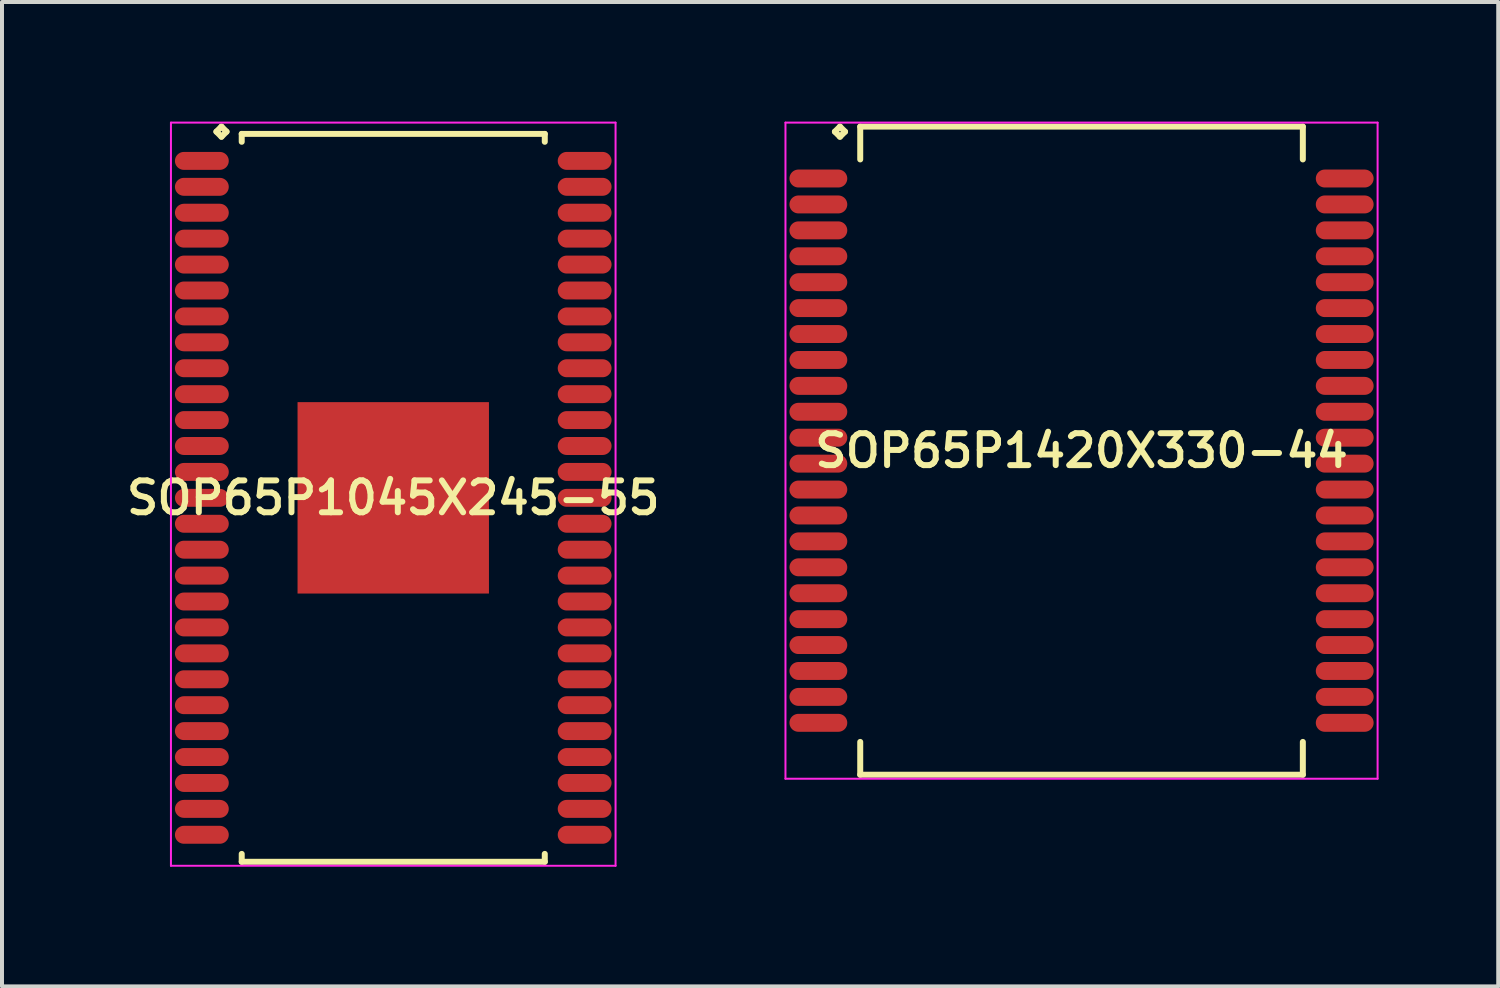
<source format=kicad_pcb>
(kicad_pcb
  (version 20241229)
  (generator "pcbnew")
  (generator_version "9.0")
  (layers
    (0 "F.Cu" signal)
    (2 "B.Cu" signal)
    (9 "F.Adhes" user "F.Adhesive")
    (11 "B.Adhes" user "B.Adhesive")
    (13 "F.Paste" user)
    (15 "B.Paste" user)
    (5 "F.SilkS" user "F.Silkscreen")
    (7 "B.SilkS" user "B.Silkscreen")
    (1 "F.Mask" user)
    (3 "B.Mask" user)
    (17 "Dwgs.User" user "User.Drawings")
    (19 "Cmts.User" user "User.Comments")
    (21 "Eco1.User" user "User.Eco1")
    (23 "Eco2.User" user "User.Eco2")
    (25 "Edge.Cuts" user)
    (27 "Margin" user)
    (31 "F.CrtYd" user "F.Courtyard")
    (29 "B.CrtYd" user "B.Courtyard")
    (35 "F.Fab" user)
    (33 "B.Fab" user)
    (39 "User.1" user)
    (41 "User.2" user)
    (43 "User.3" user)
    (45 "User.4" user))
  (footprint "SOP65P1045X245-55"
    (layer "F.Cu")
    (at 6.812 9.435)
    (property "Reference" "SOP65P1045X245-55" (at 0 0 0) (layer "F.SilkS") (effects (font (size 0.8 0.8) (thickness 0.15))))
    (attr smd)
    (fp_line (start -4.435 -9.183) (end -4.308 -9.31) (stroke (width 0.15) (type solid)) (layer "F.SilkS"))
    (fp_line (start -4.308 -9.31) (end -4.181 -9.183) (stroke (width 0.15) (type solid)) (layer "F.SilkS"))
    (fp_line (start -4.308 -9.056) (end -4.435 -9.183) (stroke (width 0.15) (type solid)) (layer "F.SilkS"))
    (fp_line (start -4.181 -9.183) (end -4.308 -9.056) (stroke (width 0.15) (type solid)) (layer "F.SilkS"))
    (fp_line (start -3.8 -9.127) (end 3.8 -9.127) (stroke (width 0.15) (type solid)) (layer "F.SilkS"))
    (fp_line (start -3.8 -8.929) (end -3.8 -9.127) (stroke (width 0.15) (type solid)) (layer "F.SilkS"))
    (fp_line (start -3.8 8.929) (end -3.8 9.127) (stroke (width 0.15) (type solid)) (layer "F.SilkS"))
    (fp_line (start -3.8 9.127) (end 3.8 9.127) (stroke (width 0.15) (type solid)) (layer "F.SilkS"))
    (fp_line (start 3.8 -9.127) (end 3.8 -8.929) (stroke (width 0.15) (type solid)) (layer "F.SilkS"))
    (fp_line (start 3.8 9.127) (end 3.8 8.929) (stroke (width 0.15) (type solid)) (layer "F.SilkS"))
    (fp_line (start -5.575 -9.41) (end 5.575 -9.41) (stroke (width 0.05) (type solid)) (layer "F.CrtYd"))
    (fp_line (start -5.575 9.227) (end -5.575 -9.41) (stroke (width 0.05) (type solid)) (layer "F.CrtYd"))
    (fp_line (start 5.575 -9.41) (end 5.575 9.227) (stroke (width 0.05) (type solid)) (layer "F.CrtYd"))
    (fp_line (start 5.575 9.227) (end -5.575 9.227) (stroke (width 0.05) (type solid)) (layer "F.CrtYd"))
    (pad "1" smd oval (at -4.8 -8.45) (size 1.35 0.45) (layers "F.Cu" "F.Mask" "F.Paste"))
    (pad "2" smd oval (at -4.8 -7.8) (size 1.35 0.45) (layers "F.Cu" "F.Mask" "F.Paste"))
    (pad "3" smd oval (at -4.8 -7.15) (size 1.35 0.45) (layers "F.Cu" "F.Mask" "F.Paste"))
    (pad "4" smd oval (at -4.8 -6.5) (size 1.35 0.45) (layers "F.Cu" "F.Mask" "F.Paste"))
    (pad "5" smd oval (at -4.8 -5.85) (size 1.35 0.45) (layers "F.Cu" "F.Mask" "F.Paste"))
    (pad "6" smd oval (at -4.8 -5.2) (size 1.35 0.45) (layers "F.Cu" "F.Mask" "F.Paste"))
    (pad "7" smd oval (at -4.8 -4.55) (size 1.35 0.45) (layers "F.Cu" "F.Mask" "F.Paste"))
    (pad "8" smd oval (at -4.8 -3.9) (size 1.35 0.45) (layers "F.Cu" "F.Mask" "F.Paste"))
    (pad "9" smd oval (at -4.8 -3.25) (size 1.35 0.45) (layers "F.Cu" "F.Mask" "F.Paste"))
    (pad "10" smd oval (at -4.8 -2.6) (size 1.35 0.45) (layers "F.Cu" "F.Mask" "F.Paste"))
    (pad "11" smd oval (at -4.8 -1.95) (size 1.35 0.45) (layers "F.Cu" "F.Mask" "F.Paste"))
    (pad "12" smd oval (at -4.8 -1.3) (size 1.35 0.45) (layers "F.Cu" "F.Mask" "F.Paste"))
    (pad "13" smd oval (at -4.8 -0.65) (size 1.35 0.45) (layers "F.Cu" "F.Mask" "F.Paste"))
    (pad "14" smd oval (at -4.8 0) (size 1.35 0.45) (layers "F.Cu" "F.Mask" "F.Paste"))
    (pad "15" smd oval (at -4.8 0.65) (size 1.35 0.45) (layers "F.Cu" "F.Mask" "F.Paste"))
    (pad "16" smd oval (at -4.8 1.3) (size 1.35 0.45) (layers "F.Cu" "F.Mask" "F.Paste"))
    (pad "17" smd oval (at -4.8 1.95) (size 1.35 0.45) (layers "F.Cu" "F.Mask" "F.Paste"))
    (pad "18" smd oval (at -4.8 2.6) (size 1.35 0.45) (layers "F.Cu" "F.Mask" "F.Paste"))
    (pad "19" smd oval (at -4.8 3.25) (size 1.35 0.45) (layers "F.Cu" "F.Mask" "F.Paste"))
    (pad "20" smd oval (at -4.8 3.9) (size 1.35 0.45) (layers "F.Cu" "F.Mask" "F.Paste"))
    (pad "21" smd oval (at -4.8 4.55) (size 1.35 0.45) (layers "F.Cu" "F.Mask" "F.Paste"))
    (pad "22" smd oval (at -4.8 5.2) (size 1.35 0.45) (layers "F.Cu" "F.Mask" "F.Paste"))
    (pad "23" smd oval (at -4.8 5.85) (size 1.35 0.45) (layers "F.Cu" "F.Mask" "F.Paste"))
    (pad "24" smd oval (at -4.8 6.5) (size 1.35 0.45) (layers "F.Cu" "F.Mask" "F.Paste"))
    (pad "25" smd oval (at -4.8 7.15) (size 1.35 0.45) (layers "F.Cu" "F.Mask" "F.Paste"))
    (pad "26" smd oval (at -4.8 7.8) (size 1.35 0.45) (layers "F.Cu" "F.Mask" "F.Paste"))
    (pad "27" smd oval (at -4.8 8.45) (size 1.35 0.45) (layers "F.Cu" "F.Mask" "F.Paste"))
    (pad "28" smd oval (at 4.8 8.45) (size 1.35 0.45) (layers "F.Cu" "F.Mask" "F.Paste"))
    (pad "29" smd oval (at 4.8 7.8) (size 1.35 0.45) (layers "F.Cu" "F.Mask" "F.Paste"))
    (pad "30" smd oval (at 4.8 7.15) (size 1.35 0.45) (layers "F.Cu" "F.Mask" "F.Paste"))
    (pad "31" smd oval (at 4.8 6.5) (size 1.35 0.45) (layers "F.Cu" "F.Mask" "F.Paste"))
    (pad "32" smd oval (at 4.8 5.85) (size 1.35 0.45) (layers "F.Cu" "F.Mask" "F.Paste"))
    (pad "33" smd oval (at 4.8 5.2) (size 1.35 0.45) (layers "F.Cu" "F.Mask" "F.Paste"))
    (pad "34" smd oval (at 4.8 4.55) (size 1.35 0.45) (layers "F.Cu" "F.Mask" "F.Paste"))
    (pad "35" smd oval (at 4.8 3.9) (size 1.35 0.45) (layers "F.Cu" "F.Mask" "F.Paste"))
    (pad "36" smd oval (at 4.8 3.25) (size 1.35 0.45) (layers "F.Cu" "F.Mask" "F.Paste"))
    (pad "37" smd oval (at 4.8 2.6) (size 1.35 0.45) (layers "F.Cu" "F.Mask" "F.Paste"))
    (pad "38" smd oval (at 4.8 1.95) (size 1.35 0.45) (layers "F.Cu" "F.Mask" "F.Paste"))
    (pad "39" smd oval (at 4.8 1.3) (size 1.35 0.45) (layers "F.Cu" "F.Mask" "F.Paste"))
    (pad "40" smd oval (at 4.8 0.65) (size 1.35 0.45) (layers "F.Cu" "F.Mask" "F.Paste"))
    (pad "41" smd oval (at 4.8 0) (size 1.35 0.45) (layers "F.Cu" "F.Mask" "F.Paste"))
    (pad "42" smd oval (at 4.8 -0.65) (size 1.35 0.45) (layers "F.Cu" "F.Mask" "F.Paste"))
    (pad "43" smd oval (at 4.8 -1.3) (size 1.35 0.45) (layers "F.Cu" "F.Mask" "F.Paste"))
    (pad "44" smd oval (at 4.8 -1.95) (size 1.35 0.45) (layers "F.Cu" "F.Mask" "F.Paste"))
    (pad "45" smd oval (at 4.8 -2.6) (size 1.35 0.45) (layers "F.Cu" "F.Mask" "F.Paste"))
    (pad "46" smd oval (at 4.8 -3.25) (size 1.35 0.45) (layers "F.Cu" "F.Mask" "F.Paste"))
    (pad "47" smd oval (at 4.8 -3.9) (size 1.35 0.45) (layers "F.Cu" "F.Mask" "F.Paste"))
    (pad "48" smd oval (at 4.8 -4.55) (size 1.35 0.45) (layers "F.Cu" "F.Mask" "F.Paste"))
    (pad "49" smd oval (at 4.8 -5.2) (size 1.35 0.45) (layers "F.Cu" "F.Mask" "F.Paste"))
    (pad "50" smd oval (at 4.8 -5.85) (size 1.35 0.45) (layers "F.Cu" "F.Mask" "F.Paste"))
    (pad "51" smd oval (at 4.8 -6.5) (size 1.35 0.45) (layers "F.Cu" "F.Mask" "F.Paste"))
    (pad "52" smd oval (at 4.8 -7.15) (size 1.35 0.45) (layers "F.Cu" "F.Mask" "F.Paste"))
    (pad "53" smd oval (at 4.8 -7.8) (size 1.35 0.45) (layers "F.Cu" "F.Mask" "F.Paste"))
    (pad "54" smd oval (at 4.8 -8.45) (size 1.35 0.45) (layers "F.Cu" "F.Mask" "F.Paste"))
    (pad "55" smd rect (at 0 0) (size 4.8 4.8) (layers "F.Cu" "F.Mask" "F.Paste")))
  (footprint "SOP65P1420X330-44"
    (layer "F.Cu")
    (at 24.073 8.252)
    (property "Reference" "SOP65P1420X330-44" (at 0 0 0) (layer "F.SilkS") (effects (font (size 0.8 0.8) (thickness 0.15))))
    (attr smd)
    (fp_line (start -6.185 -8) (end -6.058 -8.127) (stroke (width 0.15) (type solid)) (layer "F.SilkS"))
    (fp_line (start -6.058 -8.127) (end -5.931 -8) (stroke (width 0.15) (type solid)) (layer "F.SilkS"))
    (fp_line (start -6.058 -7.873) (end -6.185 -8) (stroke (width 0.15) (type solid)) (layer "F.SilkS"))
    (fp_line (start -5.931 -8) (end -6.058 -7.873) (stroke (width 0.15) (type solid)) (layer "F.SilkS"))
    (fp_line (start -5.55 -8.127) (end 5.55 -8.127) (stroke (width 0.15) (type solid)) (layer "F.SilkS"))
    (fp_line (start -5.55 -7.304) (end -5.55 -8.127) (stroke (width 0.15) (type solid)) (layer "F.SilkS"))
    (fp_line (start -5.55 7.304) (end -5.55 8.127) (stroke (width 0.15) (type solid)) (layer "F.SilkS"))
    (fp_line (start -5.55 8.127) (end 5.55 8.127) (stroke (width 0.15) (type solid)) (layer "F.SilkS"))
    (fp_line (start 5.55 -8.127) (end 5.55 -7.304) (stroke (width 0.15) (type solid)) (layer "F.SilkS"))
    (fp_line (start 5.55 8.127) (end 5.55 7.304) (stroke (width 0.15) (type solid)) (layer "F.SilkS"))
    (fp_line (start -7.425 -8.227) (end 7.425 -8.227) (stroke (width 0.05) (type solid)) (layer "F.CrtYd"))
    (fp_line (start -7.425 8.227) (end -7.425 -8.227) (stroke (width 0.05) (type solid)) (layer "F.CrtYd"))
    (fp_line (start 7.425 -8.227) (end 7.425 8.227) (stroke (width 0.05) (type solid)) (layer "F.CrtYd"))
    (fp_line (start 7.425 8.227) (end -7.425 8.227) (stroke (width 0.05) (type solid)) (layer "F.CrtYd"))
    (pad "1" smd oval (at -6.6 -6.825) (size 1.45 0.45) (layers "F.Cu" "F.Mask" "F.Paste"))
    (pad "2" smd oval (at -6.6 -6.175) (size 1.45 0.45) (layers "F.Cu" "F.Mask" "F.Paste"))
    (pad "3" smd oval (at -6.6 -5.525) (size 1.45 0.45) (layers "F.Cu" "F.Mask" "F.Paste"))
    (pad "4" smd oval (at -6.6 -4.875) (size 1.45 0.45) (layers "F.Cu" "F.Mask" "F.Paste"))
    (pad "5" smd oval (at -6.6 -4.225) (size 1.45 0.45) (layers "F.Cu" "F.Mask" "F.Paste"))
    (pad "6" smd oval (at -6.6 -3.575) (size 1.45 0.45) (layers "F.Cu" "F.Mask" "F.Paste"))
    (pad "7" smd oval (at -6.6 -2.925) (size 1.45 0.45) (layers "F.Cu" "F.Mask" "F.Paste"))
    (pad "8" smd oval (at -6.6 -2.275) (size 1.45 0.45) (layers "F.Cu" "F.Mask" "F.Paste"))
    (pad "9" smd oval (at -6.6 -1.625) (size 1.45 0.45) (layers "F.Cu" "F.Mask" "F.Paste"))
    (pad "10" smd oval (at -6.6 -0.975) (size 1.45 0.45) (layers "F.Cu" "F.Mask" "F.Paste"))
    (pad "11" smd oval (at -6.6 -0.325) (size 1.45 0.45) (layers "F.Cu" "F.Mask" "F.Paste"))
    (pad "12" smd oval (at -6.6 0.325) (size 1.45 0.45) (layers "F.Cu" "F.Mask" "F.Paste"))
    (pad "13" smd oval (at -6.6 0.975) (size 1.45 0.45) (layers "F.Cu" "F.Mask" "F.Paste"))
    (pad "14" smd oval (at -6.6 1.625) (size 1.45 0.45) (layers "F.Cu" "F.Mask" "F.Paste"))
    (pad "15" smd oval (at -6.6 2.275) (size 1.45 0.45) (layers "F.Cu" "F.Mask" "F.Paste"))
    (pad "16" smd oval (at -6.6 2.925) (size 1.45 0.45) (layers "F.Cu" "F.Mask" "F.Paste"))
    (pad "17" smd oval (at -6.6 3.575) (size 1.45 0.45) (layers "F.Cu" "F.Mask" "F.Paste"))
    (pad "18" smd oval (at -6.6 4.225) (size 1.45 0.45) (layers "F.Cu" "F.Mask" "F.Paste"))
    (pad "19" smd oval (at -6.6 4.875) (size 1.45 0.45) (layers "F.Cu" "F.Mask" "F.Paste"))
    (pad "20" smd oval (at -6.6 5.525) (size 1.45 0.45) (layers "F.Cu" "F.Mask" "F.Paste"))
    (pad "21" smd oval (at -6.6 6.175) (size 1.45 0.45) (layers "F.Cu" "F.Mask" "F.Paste"))
    (pad "22" smd oval (at -6.6 6.825) (size 1.45 0.45) (layers "F.Cu" "F.Mask" "F.Paste"))
    (pad "23" smd oval (at 6.6 6.825) (size 1.45 0.45) (layers "F.Cu" "F.Mask" "F.Paste"))
    (pad "24" smd oval (at 6.6 6.175) (size 1.45 0.45) (layers "F.Cu" "F.Mask" "F.Paste"))
    (pad "25" smd oval (at 6.6 5.525) (size 1.45 0.45) (layers "F.Cu" "F.Mask" "F.Paste"))
    (pad "26" smd oval (at 6.6 4.875) (size 1.45 0.45) (layers "F.Cu" "F.Mask" "F.Paste"))
    (pad "27" smd oval (at 6.6 4.225) (size 1.45 0.45) (layers "F.Cu" "F.Mask" "F.Paste"))
    (pad "28" smd oval (at 6.6 3.575) (size 1.45 0.45) (layers "F.Cu" "F.Mask" "F.Paste"))
    (pad "29" smd oval (at 6.6 2.925) (size 1.45 0.45) (layers "F.Cu" "F.Mask" "F.Paste"))
    (pad "30" smd oval (at 6.6 2.275) (size 1.45 0.45) (layers "F.Cu" "F.Mask" "F.Paste"))
    (pad "31" smd oval (at 6.6 1.625) (size 1.45 0.45) (layers "F.Cu" "F.Mask" "F.Paste"))
    (pad "32" smd oval (at 6.6 0.975) (size 1.45 0.45) (layers "F.Cu" "F.Mask" "F.Paste"))
    (pad "33" smd oval (at 6.6 0.325) (size 1.45 0.45) (layers "F.Cu" "F.Mask" "F.Paste"))
    (pad "34" smd oval (at 6.6 -0.325) (size 1.45 0.45) (layers "F.Cu" "F.Mask" "F.Paste"))
    (pad "35" smd oval (at 6.6 -0.975) (size 1.45 0.45) (layers "F.Cu" "F.Mask" "F.Paste"))
    (pad "36" smd oval (at 6.6 -1.625) (size 1.45 0.45) (layers "F.Cu" "F.Mask" "F.Paste"))
    (pad "37" smd oval (at 6.6 -2.275) (size 1.45 0.45) (layers "F.Cu" "F.Mask" "F.Paste"))
    (pad "38" smd oval (at 6.6 -2.925) (size 1.45 0.45) (layers "F.Cu" "F.Mask" "F.Paste"))
    (pad "39" smd oval (at 6.6 -3.575) (size 1.45 0.45) (layers "F.Cu" "F.Mask" "F.Paste"))
    (pad "40" smd oval (at 6.6 -4.225) (size 1.45 0.45) (layers "F.Cu" "F.Mask" "F.Paste"))
    (pad "41" smd oval (at 6.6 -4.875) (size 1.45 0.45) (layers "F.Cu" "F.Mask" "F.Paste"))
    (pad "42" smd oval (at 6.6 -5.525) (size 1.45 0.45) (layers "F.Cu" "F.Mask" "F.Paste"))
    (pad "43" smd oval (at 6.6 -6.175) (size 1.45 0.45) (layers "F.Cu" "F.Mask" "F.Paste"))
    (pad "44" smd oval (at 6.6 -6.825) (size 1.45 0.45) (layers "F.Cu" "F.Mask" "F.Paste")))
  (gr_rect
    (start -3 -3)
    (end 34.523 21.687)
    (stroke (width 0.1) (type default))
    (fill no)
    (layer "Edge.Cuts")))
</source>
